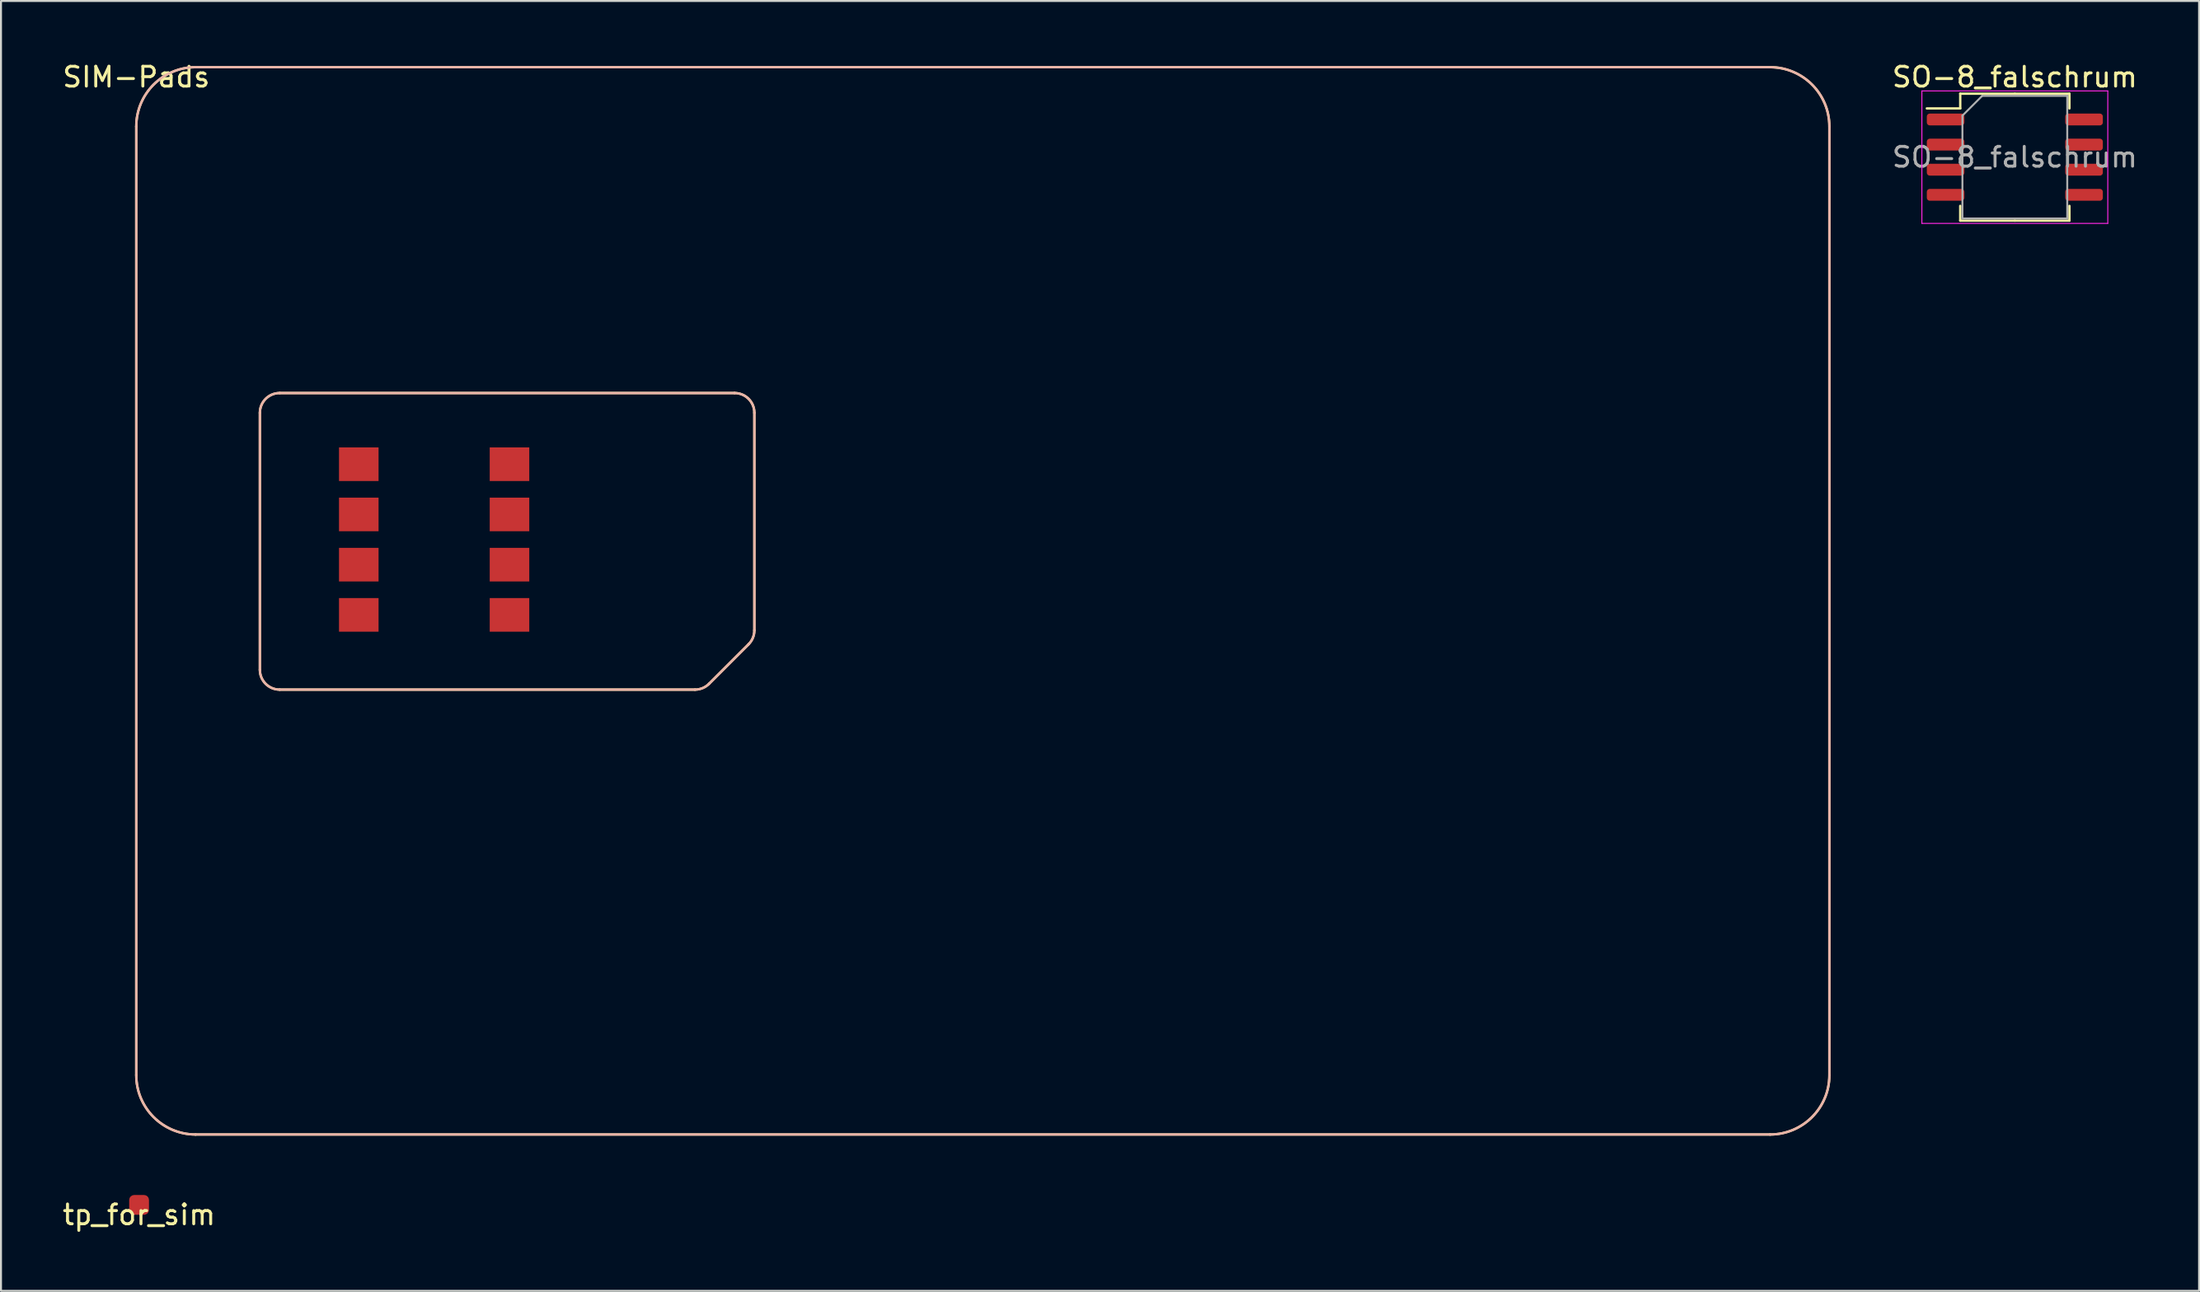
<source format=kicad_pcb>
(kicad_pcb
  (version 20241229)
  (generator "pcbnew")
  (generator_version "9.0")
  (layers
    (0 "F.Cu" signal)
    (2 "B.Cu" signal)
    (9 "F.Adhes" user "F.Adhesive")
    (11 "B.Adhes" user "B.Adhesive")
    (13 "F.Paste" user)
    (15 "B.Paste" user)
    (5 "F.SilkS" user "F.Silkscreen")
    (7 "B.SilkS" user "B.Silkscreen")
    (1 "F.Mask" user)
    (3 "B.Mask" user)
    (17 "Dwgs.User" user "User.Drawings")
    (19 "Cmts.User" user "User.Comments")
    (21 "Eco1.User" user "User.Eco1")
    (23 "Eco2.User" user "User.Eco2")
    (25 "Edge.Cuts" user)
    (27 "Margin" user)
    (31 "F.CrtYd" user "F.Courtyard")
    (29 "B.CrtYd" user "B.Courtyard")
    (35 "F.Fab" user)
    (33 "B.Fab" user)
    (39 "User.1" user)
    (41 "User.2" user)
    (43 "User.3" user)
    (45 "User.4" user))
  (footprint "SIM-Pads"
    (layer "F.Cu")
    (at 3.839 0.348)
    (property "Reference" "SIM-Pads" (at 0 0.5 0) (layer "F.SilkS") (effects (font (size 1 1) (thickness 0.15))))
    (attr through_hole)
    (fp_line (start 0 50.98) (end 0 3) (stroke (width 0.12) (type solid)) (layer "F.SilkS"))
    (fp_line (start 3 0) (end 82.55 0) (stroke (width 0.12) (type solid)) (layer "F.SilkS"))
    (fp_line (start 6.25 30.48) (end 6.25 17.48) (stroke (width 0.12) (type solid)) (layer "F.SilkS"))
    (fp_line (start 7.25 16.48) (end 30.25 16.48) (stroke (width 0.12) (type solid)) (layer "F.SilkS"))
    (fp_line (start 7.25 31.48) (end 28.25 31.48) (stroke (width 0.12) (type solid)) (layer "F.SilkS"))
    (fp_line (start 30.957 29.187) (end 28.957 31.187) (stroke (width 0.12) (type solid)) (layer "F.SilkS"))
    (fp_line (start 31.25 28.48) (end 31.25 17.48) (stroke (width 0.12) (type solid)) (layer "F.SilkS"))
    (fp_line (start 82.6 53.98) (end 3 53.98) (stroke (width 0.12) (type solid)) (layer "F.SilkS"))
    (fp_line (start 85.6 3) (end 85.6 50.98) (stroke (width 0.12) (type solid)) (layer "F.SilkS"))
    (fp_arc (start 0 3) (mid 0.87868 0.87868) (end 3 0) (stroke (width 0.12) (type solid)) (layer "F.SilkS"))
    (fp_arc (start 3 53.98) (mid 0.87868 53.10132) (end 0 50.98) (stroke (width 0.12) (type solid)) (layer "F.SilkS"))
    (fp_arc (start 6.25 17.48) (mid 6.542893 16.772893) (end 7.25 16.48) (stroke (width 0.12) (type solid)) (layer "F.SilkS"))
    (fp_arc (start 7.25 31.48) (mid 6.542893 31.187107) (end 6.25 30.48) (stroke (width 0.12) (type solid)) (layer "F.SilkS"))
    (fp_arc (start 28.957107 31.187107) (mid 28.632684 31.40388) (end 28.25 31.48) (stroke (width 0.12) (type solid)) (layer "F.SilkS"))
    (fp_arc (start 30.25 16.48) (mid 30.957107 16.772893) (end 31.25 17.48) (stroke (width 0.12) (type solid)) (layer "F.SilkS"))
    (fp_arc (start 31.25 28.48) (mid 31.17388 28.862683) (end 30.957107 29.187107) (stroke (width 0.12) (type solid)) (layer "F.SilkS"))
    (fp_arc (start 82.6 0) (mid 84.72132 0.87868) (end 85.6 3) (stroke (width 0.12) (type solid)) (layer "F.SilkS"))
    (fp_arc (start 85.6 50.98) (mid 84.72132 53.10132) (end 82.6 53.98) (stroke (width 0.12) (type solid)) (layer "F.SilkS"))
    (fp_line (start 0 50.98) (end 0 3) (stroke (width 0.12) (type solid)) (layer "B.SilkS"))
    (fp_line (start 3 0) (end 82.55 0) (stroke (width 0.12) (type solid)) (layer "B.SilkS"))
    (fp_line (start 6.25 30.48) (end 6.25 17.48) (stroke (width 0.12) (type solid)) (layer "B.SilkS"))
    (fp_line (start 7.25 16.48) (end 30.25 16.48) (stroke (width 0.12) (type solid)) (layer "B.SilkS"))
    (fp_line (start 7.25 31.48) (end 28.25 31.48) (stroke (width 0.12) (type solid)) (layer "B.SilkS"))
    (fp_line (start 30.957 29.187) (end 28.957 31.187) (stroke (width 0.12) (type solid)) (layer "B.SilkS"))
    (fp_line (start 31.25 28.48) (end 31.25 17.48) (stroke (width 0.12) (type solid)) (layer "B.SilkS"))
    (fp_line (start 82.6 53.98) (end 3 53.98) (stroke (width 0.12) (type solid)) (layer "B.SilkS"))
    (fp_line (start 85.6 3) (end 85.6 50.98) (stroke (width 0.12) (type solid)) (layer "B.SilkS"))
    (fp_arc (start 0 3) (mid 0.87868 0.87868) (end 3 0) (stroke (width 0.12) (type solid)) (layer "B.SilkS"))
    (fp_arc (start 3 53.98) (mid 0.87868 53.10132) (end 0 50.98) (stroke (width 0.12) (type solid)) (layer "B.SilkS"))
    (fp_arc (start 6.25 17.48) (mid 6.542893 16.772893) (end 7.25 16.48) (stroke (width 0.12) (type solid)) (layer "B.SilkS"))
    (fp_arc (start 7.25 31.48) (mid 6.542893 31.187107) (end 6.25 30.48) (stroke (width 0.12) (type solid)) (layer "B.SilkS"))
    (fp_arc (start 28.957107 31.187107) (mid 28.632684 31.40388) (end 28.25 31.48) (stroke (width 0.12) (type solid)) (layer "B.SilkS"))
    (fp_arc (start 30.25 16.48) (mid 30.957107 16.772893) (end 31.25 17.48) (stroke (width 0.12) (type solid)) (layer "B.SilkS"))
    (fp_arc (start 31.25 28.48) (mid 31.17388 28.862683) (end 30.957107 29.187107) (stroke (width 0.12) (type solid)) (layer "B.SilkS"))
    (fp_arc (start 82.6 0) (mid 84.72132 0.87868) (end 85.6 3) (stroke (width 0.12) (type solid)) (layer "B.SilkS"))
    (fp_arc (start 85.6 50.98) (mid 84.72132 53.10132) (end 82.6 53.98) (stroke (width 0.12) (type solid)) (layer "B.SilkS"))
    (pad "1" smd rect (at 11.25 20.08) (size 2 1.7) (layers "F.Cu" "F.Mask" "F.Paste"))
    (pad "2" smd rect (at 11.25 22.62) (size 2 1.7) (layers "F.Cu" "F.Mask" "F.Paste"))
    (pad "3" smd rect (at 11.25 25.16) (size 2 1.7) (layers "F.Cu" "F.Mask" "F.Paste"))
    (pad "4" smd rect (at 11.25 27.7) (size 2 1.7) (layers "F.Cu" "F.Mask" "F.Paste"))
    (pad "5" smd rect (at 18.87 20.08) (size 2 1.7) (layers "F.Cu" "F.Mask" "F.Paste"))
    (pad "6" smd rect (at 18.87 22.62) (size 2 1.7) (layers "F.Cu" "F.Mask" "F.Paste"))
    (pad "7" smd rect (at 18.87 25.16) (size 2 1.7) (layers "F.Cu" "F.Mask" "F.Paste"))
    (pad "8" smd rect (at 18.87 27.7) (size 2 1.7) (layers "F.Cu" "F.Mask" "F.Paste")))
  (footprint "SO-8_falschrum"
    (layer "F.Cu")
    (at 98.815 4.898)
    (property "Reference" "SO-8_falschrum" (at 0 -4.05 0) (layer "F.SilkS") (effects (font (size 1 1) (thickness 0.15))))
    (attr smd)
    (fp_line (start -2.76 -3.21) (end -2.76 -2.465) (stroke (width 0.12) (type solid)) (layer "F.SilkS"))
    (fp_line (start -2.76 -2.465) (end -4.45 -2.465) (stroke (width 0.12) (type solid)) (layer "F.SilkS"))
    (fp_line (start -2.76 3.21) (end -2.76 2.465) (stroke (width 0.12) (type solid)) (layer "F.SilkS"))
    (fp_line (start 0 -3.21) (end -2.76 -3.21) (stroke (width 0.12) (type solid)) (layer "F.SilkS"))
    (fp_line (start 0 -3.21) (end 2.76 -3.21) (stroke (width 0.12) (type solid)) (layer "F.SilkS"))
    (fp_line (start 0 3.21) (end -2.76 3.21) (stroke (width 0.12) (type solid)) (layer "F.SilkS"))
    (fp_line (start 0 3.21) (end 2.76 3.21) (stroke (width 0.12) (type solid)) (layer "F.SilkS"))
    (fp_line (start 2.76 -3.21) (end 2.76 -2.465) (stroke (width 0.12) (type solid)) (layer "F.SilkS"))
    (fp_line (start 2.76 3.21) (end 2.76 2.465) (stroke (width 0.12) (type solid)) (layer "F.SilkS"))
    (fp_line (start -4.7 -3.35) (end -4.7 3.35) (stroke (width 0.05) (type solid)) (layer "F.CrtYd"))
    (fp_line (start -4.7 3.35) (end 4.7 3.35) (stroke (width 0.05) (type solid)) (layer "F.CrtYd"))
    (fp_line (start 4.7 -3.35) (end -4.7 -3.35) (stroke (width 0.05) (type solid)) (layer "F.CrtYd"))
    (fp_line (start 4.7 3.35) (end 4.7 -3.35) (stroke (width 0.05) (type solid)) (layer "F.CrtYd"))
    (fp_line (start -2.65 -2.1) (end -1.65 -3.1) (stroke (width 0.1) (type solid)) (layer "F.Fab"))
    (fp_line (start -2.65 3.1) (end -2.65 -2.1) (stroke (width 0.1) (type solid)) (layer "F.Fab"))
    (fp_line (start -1.65 -3.1) (end 2.65 -3.1) (stroke (width 0.1) (type solid)) (layer "F.Fab"))
    (fp_line (start 2.65 -3.1) (end 2.65 3.1) (stroke (width 0.1) (type solid)) (layer "F.Fab"))
    (fp_line (start 2.65 3.1) (end -2.65 3.1) (stroke (width 0.1) (type solid)) (layer "F.Fab"))
    (fp_text user "${REFERENCE}" (at 0 0 0) (layer "F.Fab") (effects (font (size 1 1) (thickness 0.15))))
    (pad "1" smd roundrect (at 3.5 -1.905) (size 1.9 0.6) (layers "F.Cu" "F.Mask" "F.Paste") (roundrect_rratio 0.25))
    (pad "2" smd roundrect (at 3.5 -0.635) (size 1.9 0.6) (layers "F.Cu" "F.Mask" "F.Paste") (roundrect_rratio 0.25))
    (pad "3" smd roundrect (at 3.5 0.635) (size 1.9 0.6) (layers "F.Cu" "F.Mask" "F.Paste") (roundrect_rratio 0.25))
    (pad "4" smd roundrect (at 3.5 1.905) (size 1.9 0.6) (layers "F.Cu" "F.Mask" "F.Paste") (roundrect_rratio 0.25))
    (pad "5" smd roundrect (at -3.5 1.905) (size 1.9 0.6) (layers "F.Cu" "F.Mask" "F.Paste") (roundrect_rratio 0.25))
    (pad "6" smd roundrect (at -3.5 0.635) (size 1.9 0.6) (layers "F.Cu" "F.Mask" "F.Paste") (roundrect_rratio 0.25))
    (pad "7" smd roundrect (at -3.5 -0.635) (size 1.9 0.6) (layers "F.Cu" "F.Mask" "F.Paste") (roundrect_rratio 0.25))
    (pad "8" smd roundrect (at -3.5 -1.905) (size 1.9 0.6) (layers "F.Cu" "F.Mask" "F.Paste") (roundrect_rratio 0.25)))
  (footprint "tp_for_sim"
    (layer "F.Cu")
    (at 3.982 57.888)
    (property "Reference" "tp_for_sim" (at 0 0.5 0) (layer "F.SilkS") (effects (font (size 1 1) (thickness 0.15))))
    (attr through_hole)
    (pad "1" smd roundrect (at 0 0) (size 1 1) (layers "F.Cu" "F.Mask" "F.Paste") (roundrect_rratio 0.25)))
  (gr_rect
    (start -3 -3)
    (end 108.13 62.236)
    (stroke (width 0.1) (type default))
    (fill no)
    (layer "Edge.Cuts")))
</source>
